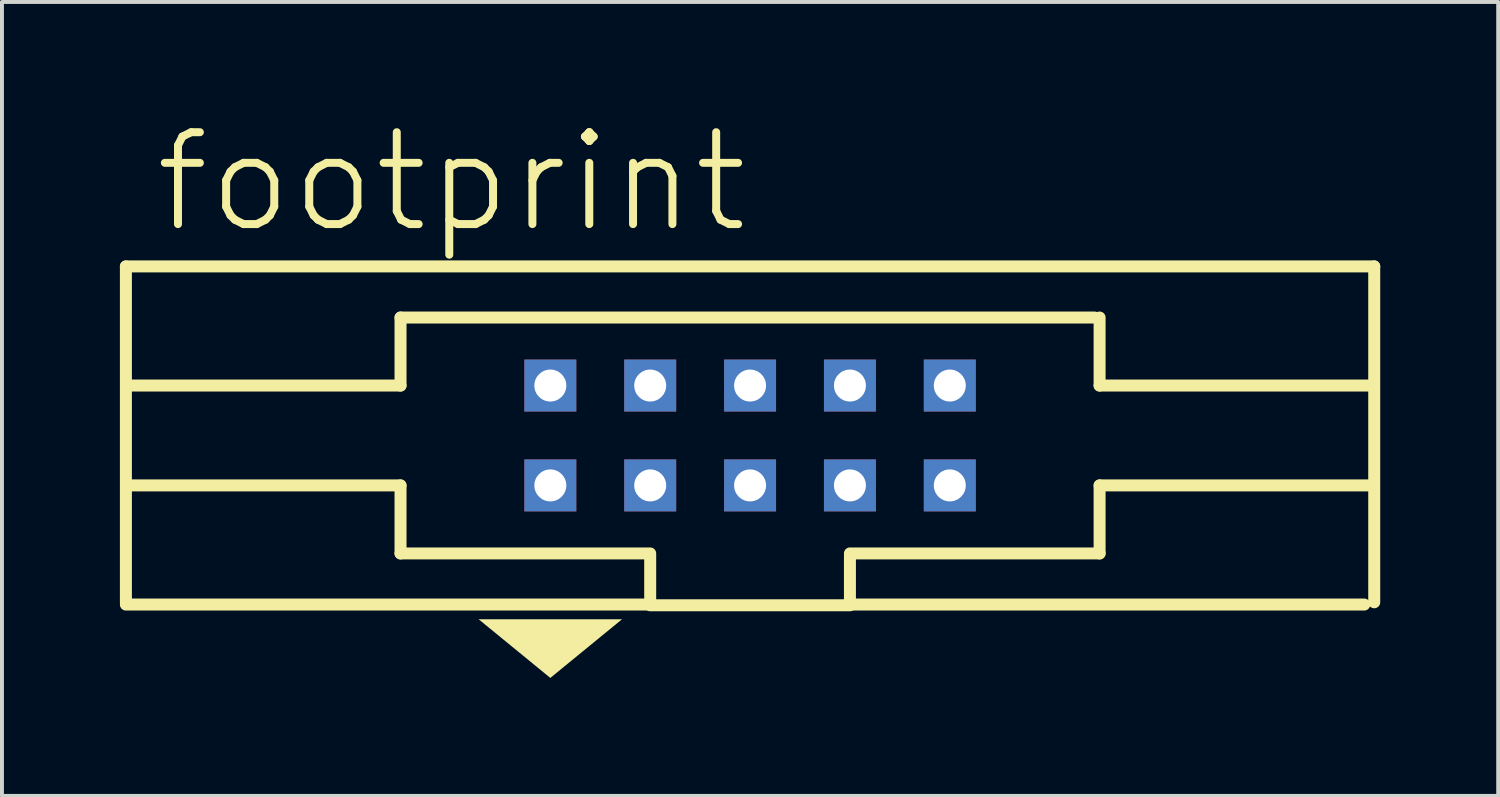
<source format=kicad_pcb>
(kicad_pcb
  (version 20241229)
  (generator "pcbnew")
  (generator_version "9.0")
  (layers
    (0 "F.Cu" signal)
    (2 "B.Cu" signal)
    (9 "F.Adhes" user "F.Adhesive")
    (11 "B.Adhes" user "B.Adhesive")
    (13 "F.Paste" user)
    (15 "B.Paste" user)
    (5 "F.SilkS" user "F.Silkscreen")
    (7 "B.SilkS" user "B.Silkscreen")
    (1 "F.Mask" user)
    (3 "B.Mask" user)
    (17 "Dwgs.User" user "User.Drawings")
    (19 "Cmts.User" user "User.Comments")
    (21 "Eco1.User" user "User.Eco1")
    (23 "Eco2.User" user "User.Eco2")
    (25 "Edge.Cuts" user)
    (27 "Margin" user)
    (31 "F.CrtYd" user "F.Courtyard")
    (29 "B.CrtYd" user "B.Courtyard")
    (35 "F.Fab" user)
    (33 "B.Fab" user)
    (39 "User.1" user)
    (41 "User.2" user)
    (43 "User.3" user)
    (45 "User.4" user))
  (footprint "footprint"
    (layer "F.Cu")
    (at 16.027 8.026)
    (property "Reference" "footprint" (at -15.24 -5.08 0) (layer "F.SilkS") (effects (font (size 2.337 2.337) (thickness 0.203)) (justify left bottom)))
    (fp_line (start -15.875 -4.3) (end -15.875 4.242) (stroke (width 0.305) (type solid)) (layer "F.SilkS"))
    (fp_line (start -15.875 4.3) (end -2.54 4.3) (stroke (width 0.305) (type solid)) (layer "F.SilkS"))
    (fp_line (start -8.89 -1.27) (end -15.748 -1.27) (stroke (width 0.305) (type solid)) (layer "F.SilkS"))
    (fp_line (start -8.89 -1.27) (end -8.89 -3) (stroke (width 0.305) (type solid)) (layer "F.SilkS"))
    (fp_line (start -8.89 1.27) (end -15.748 1.27) (stroke (width 0.305) (type solid)) (layer "F.SilkS"))
    (fp_line (start -8.89 3) (end -8.89 1.27) (stroke (width 0.305) (type solid)) (layer "F.SilkS"))
    (fp_line (start -2.54 3) (end -8.89 3) (stroke (width 0.305) (type solid)) (layer "F.SilkS"))
    (fp_line (start -2.54 4.3) (end -2.54 3.048) (stroke (width 0.305) (type solid)) (layer "F.SilkS"))
    (fp_line (start -2.54 4.318) (end 2.54 4.318) (stroke (width 0.305) (type solid)) (layer "F.SilkS"))
    (fp_line (start 2.54 3.048) (end 2.54 4.3) (stroke (width 0.305) (type solid)) (layer "F.SilkS"))
    (fp_line (start 2.54 4.3) (end 15.621 4.3) (stroke (width 0.305) (type solid)) (layer "F.SilkS"))
    (fp_line (start 8.763 -3) (end -8.89 -3) (stroke (width 0.305) (type solid)) (layer "F.SilkS"))
    (fp_line (start 8.89 -1.27) (end 8.89 -3) (stroke (width 0.305) (type solid)) (layer "F.SilkS"))
    (fp_line (start 8.89 -1.27) (end 15.748 -1.27) (stroke (width 0.305) (type solid)) (layer "F.SilkS"))
    (fp_line (start 8.89 1.27) (end 15.748 1.27) (stroke (width 0.305) (type solid)) (layer "F.SilkS"))
    (fp_line (start 8.89 3) (end 2.54 3) (stroke (width 0.305) (type solid)) (layer "F.SilkS"))
    (fp_line (start 8.89 3) (end 8.89 1.27) (stroke (width 0.305) (type solid)) (layer "F.SilkS"))
    (fp_line (start 15.875 -4.3) (end -15.875 -4.3) (stroke (width 0.305) (type solid)) (layer "F.SilkS"))
    (fp_line (start 15.875 4.242) (end 15.875 -4.3) (stroke (width 0.305) (type solid)) (layer "F.SilkS"))
    (fp_poly (pts (xy -5.08 6.166) (xy -6.904 4.674) (xy -3.256 4.674)) (stroke (width 0) (type solid)) (fill yes) (layer "F.SilkS"))
    (pad "1" thru_hole rect (at -5.08 1.27) (size 1.321 1.321) (drill 0.813) (layers "*.Cu" "*.Mask"))
    (pad "2" thru_hole rect (at -5.08 -1.27) (size 1.321 1.321) (drill 0.813) (layers "*.Cu" "*.Mask"))
    (pad "3" thru_hole rect (at -2.54 1.27) (size 1.321 1.321) (drill 0.813) (layers "*.Cu" "*.Mask"))
    (pad "4" thru_hole rect (at -2.54 -1.27) (size 1.321 1.321) (drill 0.813) (layers "*.Cu" "*.Mask"))
    (pad "5" thru_hole rect (at 0 1.27) (size 1.321 1.321) (drill 0.813) (layers "*.Cu" "*.Mask"))
    (pad "6" thru_hole rect (at 0 -1.27) (size 1.321 1.321) (drill 0.813) (layers "*.Cu" "*.Mask"))
    (pad "7" thru_hole rect (at 2.54 1.27) (size 1.321 1.321) (drill 0.813) (layers "*.Cu" "*.Mask"))
    (pad "8" thru_hole rect (at 2.54 -1.27) (size 1.321 1.321) (drill 0.813) (layers "*.Cu" "*.Mask"))
    (pad "9" thru_hole rect (at 5.08 1.27) (size 1.321 1.321) (drill 0.813) (layers "*.Cu" "*.Mask"))
    (pad "10" thru_hole rect (at 5.08 -1.27) (size 1.321 1.321) (drill 0.813) (layers "*.Cu" "*.Mask")))
  (gr_rect
    (start -3 -3)
    (end 35.055 17.192)
    (stroke (width 0.1) (type default))
    (fill no)
    (layer "Edge.Cuts")))
</source>
